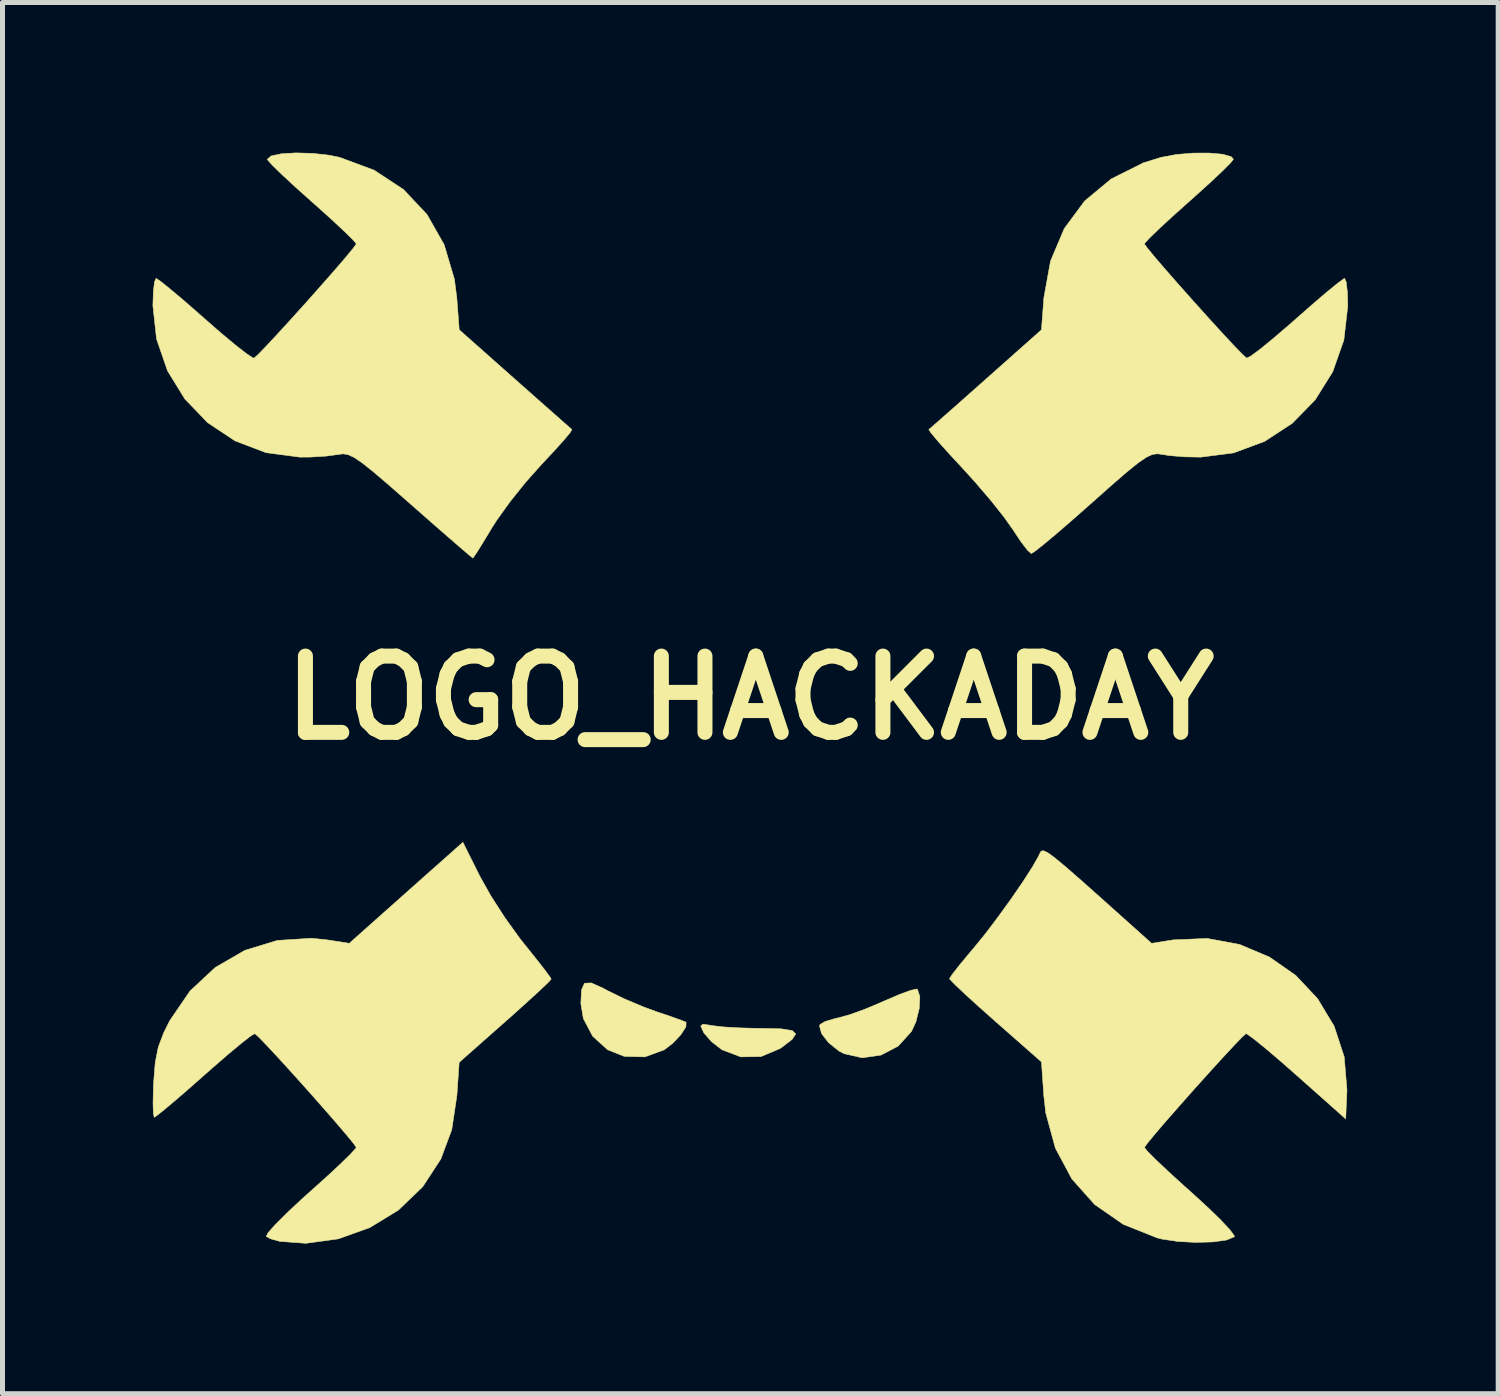
<source format=kicad_pcb>
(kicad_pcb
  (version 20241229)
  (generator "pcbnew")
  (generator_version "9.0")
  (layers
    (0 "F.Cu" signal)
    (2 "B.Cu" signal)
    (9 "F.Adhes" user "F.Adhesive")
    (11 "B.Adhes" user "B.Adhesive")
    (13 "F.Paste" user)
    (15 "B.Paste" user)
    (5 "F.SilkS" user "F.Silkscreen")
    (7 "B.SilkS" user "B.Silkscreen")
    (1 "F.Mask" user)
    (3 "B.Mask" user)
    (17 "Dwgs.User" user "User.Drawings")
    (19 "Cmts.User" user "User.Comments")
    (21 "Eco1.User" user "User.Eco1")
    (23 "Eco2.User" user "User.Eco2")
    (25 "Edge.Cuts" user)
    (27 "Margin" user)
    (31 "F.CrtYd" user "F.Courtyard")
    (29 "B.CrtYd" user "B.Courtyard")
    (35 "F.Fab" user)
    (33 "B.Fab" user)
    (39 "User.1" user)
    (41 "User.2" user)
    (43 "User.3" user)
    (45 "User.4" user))
  (footprint "LOGO_HACKADAY"
    (layer "F.Cu")
    (at 11.943 10.894)
    (property "Reference" "LOGO_HACKADAY" (at 0 0 0) (layer "F.SilkS") (effects (font (size 1.524 1.524) (thickness 0.3))))
    (attr through_hole)
    (fp_poly (pts (xy -0.771 6.547) (xy -0.761 6.549) (xy -0.547 6.575) (xy -0.225 6.594) (xy 0.144 6.604) (xy 0.229 6.604) (xy 0.613 6.613) (xy 0.837 6.648) (xy 0.907 6.716) (xy 0.833 6.826) (xy 0.623 6.987) (xy 0.595 7.006) (xy 0.215 7.167) (xy -0.19 7.174) (xy -0.566 7.032) (xy -0.776 6.87) (xy -0.927 6.696) (xy -0.936 6.681) (xy -0.991 6.557) (xy -0.947 6.52) (xy -0.771 6.547)) (stroke (width 0.01) (type solid)) (fill yes) (layer "F.SilkS"))
    (fp_poly (pts (xy -2.94 5.803) (xy -2.852 5.851) (xy -2.523 6.012) (xy -2.132 6.177) (xy -1.863 6.275) (xy -1.583 6.37) (xy -1.376 6.444) (xy -1.285 6.481) (xy -1.284 6.481) (xy -1.288 6.574) (xy -1.387 6.728) (xy -1.545 6.897) (xy -1.72 7.032) (xy -2.108 7.174) (xy -2.518 7.164) (xy -2.853 7.031) (xy -3.151 6.761) (xy -3.338 6.405) (xy -3.387 6.107) (xy -3.373 5.834) (xy -3.313 5.702) (xy -3.178 5.696) (xy -2.94 5.803)) (stroke (width 0.01) (type solid)) (fill yes) (layer "F.SilkS"))
    (fp_poly (pts (xy 3.338 5.822) (xy 3.387 5.971) (xy 3.374 6.209) (xy 3.308 6.473) (xy 3.221 6.663) (xy 2.955 6.958) (xy 2.611 7.138) (xy 2.234 7.192) (xy 1.869 7.109) (xy 1.77 7.056) (xy 1.563 6.89) (xy 1.422 6.707) (xy 1.382 6.556) (xy 1.393 6.525) (xy 1.498 6.465) (xy 1.702 6.405) (xy 1.756 6.394) (xy 1.991 6.329) (xy 2.311 6.212) (xy 2.652 6.068) (xy 2.682 6.054) (xy 2.973 5.929) (xy 3.201 5.845) (xy 3.327 5.818) (xy 3.338 5.822)) (stroke (width 0.01) (type solid)) (fill yes) (layer "F.SilkS"))
    (fp_poly (pts (xy 5.944 3.095) (xy 6.085 3.198) (xy 6.299 3.376) (xy 6.603 3.641) (xy 7.014 4.007) (xy 7.051 4.04) (xy 8.017 4.905) (xy 8.448 4.836) (xy 9.128 4.807) (xy 9.775 4.927) (xy 10.372 5.179) (xy 10.898 5.546) (xy 11.335 6.012) (xy 11.665 6.56) (xy 11.866 7.173) (xy 11.921 7.835) (xy 11.92 7.86) (xy 11.896 8.413) (xy 10.925 7.55) (xy 10.587 7.253) (xy 10.294 7.004) (xy 10.067 6.82) (xy 9.931 6.721) (xy 9.903 6.709) (xy 9.824 6.78) (xy 9.658 6.952) (xy 9.427 7.201) (xy 9.154 7.501) (xy 8.861 7.827) (xy 8.571 8.155) (xy 8.304 8.459) (xy 8.085 8.715) (xy 7.934 8.898) (xy 7.874 8.983) (xy 7.874 8.984) (xy 7.934 9.06) (xy 8.1 9.227) (xy 8.348 9.461) (xy 8.657 9.743) (xy 8.806 9.875) (xy 9.128 10.17) (xy 9.393 10.427) (xy 9.58 10.626) (xy 9.668 10.746) (xy 9.67 10.769) (xy 9.516 10.833) (xy 9.246 10.871) (xy 8.907 10.881) (xy 8.551 10.863) (xy 8.226 10.815) (xy 8.131 10.791) (xy 7.451 10.52) (xy 6.879 10.123) (xy 6.423 9.611) (xy 6.095 8.998) (xy 5.903 8.295) (xy 5.864 7.95) (xy 5.817 7.274) (xy 4.898 6.466) (xy 4.572 6.176) (xy 4.297 5.926) (xy 4.095 5.736) (xy 3.99 5.627) (xy 3.979 5.611) (xy 4.031 5.53) (xy 4.168 5.354) (xy 4.366 5.114) (xy 4.459 5.005) (xy 4.692 4.719) (xy 4.951 4.377) (xy 5.213 4.014) (xy 5.452 3.666) (xy 5.643 3.368) (xy 5.763 3.156) (xy 5.782 3.111) (xy 5.809 3.064) (xy 5.857 3.054) (xy 5.944 3.095)) (stroke (width 0.01) (type solid)) (fill yes) (layer "F.SilkS"))
    (fp_poly (pts (xy -5.402 3.57) (xy -5.183 3.96) (xy -4.901 4.398) (xy -4.607 4.806) (xy -4.519 4.917) (xy -4.293 5.199) (xy -4.113 5.429) (xy -4.003 5.579) (xy -3.979 5.619) (xy -4.039 5.686) (xy -4.204 5.843) (xy -4.452 6.07) (xy -4.759 6.347) (xy -4.899 6.47) (xy -5.818 7.283) (xy -5.864 7.949) (xy -5.966 8.628) (xy -6.184 9.214) (xy -6.534 9.75) (xy -6.56 9.782) (xy -7.034 10.237) (xy -7.604 10.585) (xy -8.232 10.81) (xy -8.881 10.899) (xy -9.398 10.861) (xy -9.584 10.81) (xy -9.673 10.762) (xy -9.636 10.688) (xy -9.491 10.524) (xy -9.259 10.293) (xy -8.96 10.013) (xy -8.806 9.875) (xy -8.477 9.58) (xy -8.199 9.322) (xy -7.995 9.123) (xy -7.886 9.004) (xy -7.874 8.983) (xy -7.928 8.904) (xy -8.074 8.726) (xy -8.29 8.473) (xy -8.554 8.171) (xy -8.844 7.843) (xy -9.137 7.516) (xy -9.412 7.214) (xy -9.645 6.963) (xy -9.815 6.786) (xy -9.9 6.71) (xy -9.901 6.709) (xy -9.98 6.754) (xy -10.161 6.894) (xy -10.421 7.11) (xy -10.736 7.383) (xy -10.908 7.534) (xy -11.243 7.83) (xy -11.534 8.08) (xy -11.756 8.266) (xy -11.887 8.368) (xy -11.91 8.382) (xy -11.929 8.304) (xy -11.935 8.097) (xy -11.928 7.799) (xy -11.923 7.684) (xy -11.891 7.285) (xy -11.831 6.981) (xy -11.724 6.697) (xy -11.601 6.45) (xy -11.196 5.857) (xy -10.689 5.385) (xy -10.1 5.045) (xy -9.452 4.847) (xy -8.764 4.803) (xy -8.447 4.837) (xy -8.014 4.905) (xy -7.415 4.371) (xy -7.065 4.06) (xy -6.682 3.719) (xy -6.338 3.413) (xy -6.28 3.362) (xy -5.744 2.886) (xy -5.402 3.57)) (stroke (width 0.01) (type solid)) (fill yes) (layer "F.SilkS"))
    (fp_poly (pts (xy 9.438 -10.862) (xy 9.611 -10.812) (xy 9.652 -10.762) (xy 9.592 -10.686) (xy 9.427 -10.521) (xy 9.179 -10.289) (xy 8.873 -10.012) (xy 8.763 -9.914) (xy 8.442 -9.627) (xy 8.173 -9.379) (xy 7.978 -9.191) (xy 7.881 -9.085) (xy 7.874 -9.072) (xy 7.928 -8.993) (xy 8.074 -8.815) (xy 8.291 -8.562) (xy 8.557 -8.259) (xy 8.848 -7.931) (xy 9.143 -7.603) (xy 9.419 -7.3) (xy 9.655 -7.047) (xy 9.828 -6.868) (xy 9.916 -6.789) (xy 9.918 -6.788) (xy 10.003 -6.831) (xy 10.189 -6.969) (xy 10.451 -7.183) (xy 10.766 -7.453) (xy 10.9 -7.571) (xy 11.228 -7.859) (xy 11.513 -8.103) (xy 11.731 -8.281) (xy 11.856 -8.373) (xy 11.874 -8.382) (xy 11.907 -8.305) (xy 11.93 -8.103) (xy 11.938 -7.835) (xy 11.859 -7.148) (xy 11.636 -6.515) (xy 11.286 -5.954) (xy 10.827 -5.485) (xy 10.277 -5.125) (xy 9.655 -4.894) (xy 9.002 -4.81) (xy 8.676 -4.816) (xy 8.376 -4.841) (xy 8.24 -4.862) (xy 8.137 -4.877) (xy 8.034 -4.864) (xy 7.911 -4.807) (xy 7.745 -4.693) (xy 7.517 -4.508) (xy 7.203 -4.236) (xy 6.825 -3.9) (xy 6.456 -3.574) (xy 6.129 -3.291) (xy 5.865 -3.07) (xy 5.685 -2.928) (xy 5.613 -2.883) (xy 5.537 -2.951) (xy 5.403 -3.126) (xy 5.249 -3.358) (xy 5.068 -3.614) (xy 4.806 -3.944) (xy 4.5 -4.302) (xy 4.244 -4.585) (xy 3.975 -4.875) (xy 3.758 -5.117) (xy 3.615 -5.287) (xy 3.566 -5.361) (xy 3.566 -5.362) (xy 3.637 -5.422) (xy 3.813 -5.577) (xy 4.074 -5.807) (xy 4.398 -6.094) (xy 4.707 -6.368) (xy 5.817 -7.354) (xy 5.865 -7.994) (xy 5.998 -8.728) (xy 6.272 -9.376) (xy 6.679 -9.927) (xy 7.209 -10.368) (xy 7.852 -10.69) (xy 8.207 -10.8) (xy 8.513 -10.857) (xy 8.848 -10.885) (xy 9.17 -10.886) (xy 9.438 -10.862)) (stroke (width 0.01) (type solid)) (fill yes) (layer "F.SilkS"))
    (fp_poly (pts (xy -8.755 -10.88) (xy -8.424 -10.844) (xy -8.207 -10.8) (xy -7.516 -10.543) (xy -6.93 -10.157) (xy -6.461 -9.658) (xy -6.118 -9.055) (xy -5.913 -8.364) (xy -5.865 -7.988) (xy -5.817 -7.354) (xy -4.707 -6.37) (xy -4.346 -6.05) (xy -4.029 -5.77) (xy -3.78 -5.55) (xy -3.618 -5.407) (xy -3.565 -5.362) (xy -3.605 -5.295) (xy -3.742 -5.132) (xy -3.952 -4.9) (xy -4.167 -4.671) (xy -4.483 -4.317) (xy -4.798 -3.925) (xy -5.063 -3.556) (xy -5.163 -3.4) (xy -5.33 -3.123) (xy -5.461 -2.912) (xy -5.536 -2.802) (xy -5.545 -2.794) (xy -5.612 -2.847) (xy -5.786 -2.996) (xy -6.047 -3.222) (xy -6.375 -3.508) (xy -6.75 -3.838) (xy -6.772 -3.857) (xy -7.194 -4.228) (xy -7.511 -4.499) (xy -7.744 -4.686) (xy -7.912 -4.801) (xy -8.037 -4.86) (xy -8.139 -4.876) (xy -8.239 -4.862) (xy -8.243 -4.862) (xy -8.48 -4.83) (xy -8.798 -4.811) (xy -9.002 -4.81) (xy -9.677 -4.899) (xy -10.297 -5.135) (xy -10.843 -5.498) (xy -11.299 -5.971) (xy -11.646 -6.535) (xy -11.865 -7.17) (xy -11.938 -7.835) (xy -11.929 -8.114) (xy -11.906 -8.311) (xy -11.874 -8.382) (xy -11.792 -8.328) (xy -11.608 -8.181) (xy -11.346 -7.961) (xy -11.032 -7.688) (xy -10.9 -7.571) (xy -10.571 -7.284) (xy -10.285 -7.046) (xy -10.066 -6.876) (xy -9.938 -6.792) (xy -9.918 -6.788) (xy -9.838 -6.858) (xy -9.671 -7.03) (xy -9.439 -7.279) (xy -9.165 -7.579) (xy -8.871 -7.905) (xy -8.579 -8.234) (xy -8.31 -8.54) (xy -8.089 -8.797) (xy -7.936 -8.983) (xy -7.874 -9.07) (xy -7.874 -9.072) (xy -7.934 -9.146) (xy -8.099 -9.309) (xy -8.346 -9.54) (xy -8.652 -9.816) (xy -8.763 -9.914) (xy -9.084 -10.201) (xy -9.353 -10.45) (xy -9.548 -10.64) (xy -9.645 -10.748) (xy -9.652 -10.762) (xy -9.575 -10.828) (xy -9.372 -10.871) (xy -9.085 -10.889) (xy -8.755 -10.88)) (stroke (width 0.01) (type solid)) (fill yes) (layer "F.SilkS")))
  (gr_rect
    (start -3 -3)
    (end 26.886 24.798)
    (stroke (width 0.1) (type default))
    (fill no)
    (layer "Edge.Cuts")))
</source>
